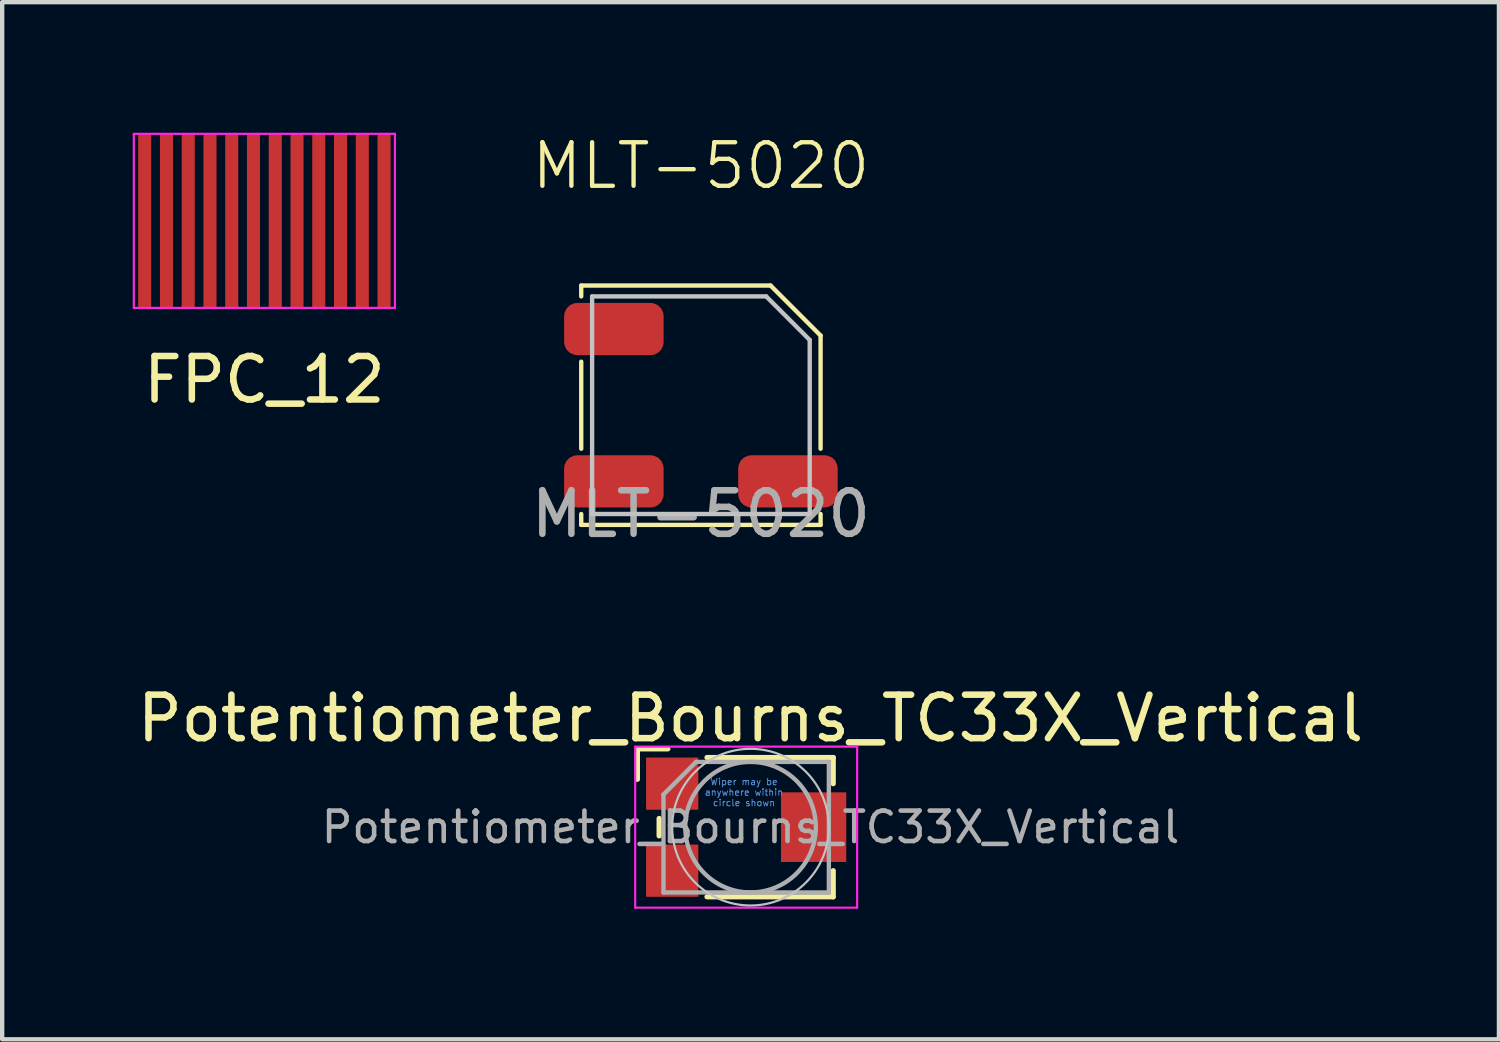
<source format=kicad_pcb>
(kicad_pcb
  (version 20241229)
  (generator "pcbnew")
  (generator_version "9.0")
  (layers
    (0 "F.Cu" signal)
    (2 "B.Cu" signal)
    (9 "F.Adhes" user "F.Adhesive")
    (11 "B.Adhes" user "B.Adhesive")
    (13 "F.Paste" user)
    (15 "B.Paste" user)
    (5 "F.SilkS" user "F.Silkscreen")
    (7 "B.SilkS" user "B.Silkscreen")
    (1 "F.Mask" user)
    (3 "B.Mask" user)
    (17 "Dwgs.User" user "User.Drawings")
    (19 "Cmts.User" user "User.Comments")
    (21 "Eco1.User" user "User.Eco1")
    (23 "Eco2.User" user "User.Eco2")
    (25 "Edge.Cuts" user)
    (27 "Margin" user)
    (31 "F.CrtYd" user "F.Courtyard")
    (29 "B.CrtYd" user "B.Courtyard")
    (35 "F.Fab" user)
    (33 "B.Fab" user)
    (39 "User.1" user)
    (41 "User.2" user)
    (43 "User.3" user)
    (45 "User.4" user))
  (footprint "MLT-5020"
    (layer "F.Cu")
    (at 13.056 6.261)
    (property "Reference" "MLT-5020" (at 0 -5.5 0) (unlocked yes) (layer "F.SilkS") (effects (font (size 1 1) (thickness 0.1))))
    (attr smd)
    (fp_line (start -2.75 -2.75) (end 1.6 -2.75) (stroke (width 0.1) (type default)) (layer "F.SilkS"))
    (fp_line (start -2.75 -2.5) (end -2.75 -2.75) (stroke (width 0.1) (type default)) (layer "F.SilkS"))
    (fp_line (start -2.75 1) (end -2.75 -1) (stroke (width 0.1) (type default)) (layer "F.SilkS"))
    (fp_line (start -2.75 2.75) (end -2.75 2.5) (stroke (width 0.1) (type default)) (layer "F.SilkS"))
    (fp_line (start 1.6 -2.75) (end 2.75 -1.6) (stroke (width 0.1) (type default)) (layer "F.SilkS"))
    (fp_line (start 2.75 -1.6) (end 2.75 1) (stroke (width 0.1) (type default)) (layer "F.SilkS"))
    (fp_line (start 2.75 2.75) (end -2.75 2.75) (stroke (width 0.1) (type default)) (layer "F.SilkS"))
    (fp_line (start 2.75 2.75) (end 2.75 2.5) (stroke (width 0.1) (type default)) (layer "F.SilkS"))
    (fp_line (start -2.5 -2.5) (end 1.5 -2.5) (stroke (width 0.1) (type default)) (layer "Dwgs.User"))
    (fp_line (start -2.5 2.5) (end -2.5 -2.5) (stroke (width 0.1) (type default)) (layer "Dwgs.User"))
    (fp_line (start 1.5 -2.5) (end 2.5 -1.5) (stroke (width 0.1) (type default)) (layer "Dwgs.User"))
    (fp_line (start 2.5 -1.5) (end 2.5 2.5) (stroke (width 0.1) (type default)) (layer "Dwgs.User"))
    (fp_line (start 2.5 2.5) (end -2.5 2.5) (stroke (width 0.1) (type default)) (layer "Dwgs.User"))
    (fp_text user "${REFERENCE}" (at 0 2.5 0) (unlocked yes) (layer "F.Fab") (effects (font (size 1 1) (thickness 0.15))))
    (pad "0" smd roundrect (at 2 1.75) (size 2.286 1.2) (layers "F.Cu" "F.Mask" "F.Paste") (roundrect_rratio 0.25))
    (pad "1" smd roundrect (at -2 -1.75) (size 2.286 1.2) (layers "F.Cu" "F.Mask" "F.Paste") (roundrect_rratio 0.25))
    (pad "2" smd roundrect (at -2 1.75) (size 2.286 1.2) (layers "F.Cu" "F.Mask" "F.Paste") (roundrect_rratio 0.25)))
  (footprint "FPC_12"
    (layer "F.Cu")
    (at 3.025 2.025)
    (property "Reference" "FPC_12" (at 0 3.65 0) (unlocked yes) (layer "F.SilkS") (effects (font (size 1 1) (thickness 0.15))))
    (attr smd)
    (fp_line (start -3 -2) (end -3 2) (stroke (width 0.05) (type default)) (layer "F.CrtYd"))
    (fp_line (start -3 -2) (end 3 -2) (stroke (width 0.05) (type default)) (layer "F.CrtYd"))
    (fp_line (start -3 2) (end 3 2) (stroke (width 0.05) (type default)) (layer "F.CrtYd"))
    (fp_line (start 3 -2) (end 3 2) (stroke (width 0.05) (type default)) (layer "F.CrtYd"))
    (pad "1" smd rect (at -2.75 0) (size 0.3 4) (layers "F.Cu" "F.Mask" "F.Paste"))
    (pad "2" smd rect (at -2.25 0) (size 0.3 4) (layers "F.Cu" "F.Mask" "F.Paste"))
    (pad "3" smd rect (at -1.75 0) (size 0.3 4) (layers "F.Cu" "F.Mask" "F.Paste"))
    (pad "4" smd rect (at -1.25 0) (size 0.3 4) (layers "F.Cu" "F.Mask" "F.Paste"))
    (pad "5" smd rect (at -0.75 0) (size 0.3 4) (layers "F.Cu" "F.Mask" "F.Paste"))
    (pad "6" smd rect (at -0.25 0) (size 0.3 4) (layers "F.Cu" "F.Mask" "F.Paste"))
    (pad "7" smd rect (at 0.25 0) (size 0.3 4) (layers "F.Cu" "F.Mask" "F.Paste"))
    (pad "8" smd rect (at 0.75 0) (size 0.3 4) (layers "F.Cu" "F.Mask" "F.Paste"))
    (pad "9" smd rect (at 1.25 0) (size 0.3 4) (layers "F.Cu" "F.Mask" "F.Paste"))
    (pad "10" smd rect (at 1.75 0) (size 0.3 4) (layers "F.Cu" "F.Mask" "F.Paste"))
    (pad "11" smd rect (at 2.25 0) (size 0.3 4) (layers "F.Cu" "F.Mask" "F.Paste"))
    (pad "12" smd rect (at 2.75 0) (size 0.3 4) (layers "F.Cu" "F.Mask" "F.Paste")))
  (footprint "Potentiometer_Bourns_TC33X_Vertical"
    (layer "F.Cu")
    (at 14.196 15.957)
    (property "Reference" "Potentiometer_Bourns_TC33X_Vertical" (at 0 -2.5 0) (layer "F.SilkS") (effects (font (size 1 1) (thickness 0.15))))
    (attr smd)
    (fp_line (start -2.6 -1.8) (end -2.6 -1.1) (stroke (width 0.12) (type solid)) (layer "F.SilkS"))
    (fp_line (start -2.1 -0.2) (end -2.1 0.2) (stroke (width 0.12) (type solid)) (layer "F.SilkS"))
    (fp_line (start -1.9 -1.8) (end -2.6 -1.8) (stroke (width 0.12) (type solid)) (layer "F.SilkS"))
    (fp_line (start -1 -1.6) (end 1.9 -1.6) (stroke (width 0.12) (type solid)) (layer "F.SilkS"))
    (fp_line (start -1 1.6) (end 1.9 1.6) (stroke (width 0.12) (type solid)) (layer "F.SilkS"))
    (fp_line (start 1.9 -1.6) (end 1.9 -1) (stroke (width 0.12) (type solid)) (layer "F.SilkS"))
    (fp_line (start 1.9 1.6) (end 1.9 1) (stroke (width 0.12) (type solid)) (layer "F.SilkS"))
    (fp_circle (center 0 0) (end 1.8 0) (stroke (width 0.05) (type solid)) (fill no) (layer "Dwgs.User"))
    (fp_line (start -2.65 -1.85) (end 2.45 -1.85) (stroke (width 0.05) (type solid)) (layer "F.CrtYd"))
    (fp_line (start -2.65 1.85) (end -2.65 -1.85) (stroke (width 0.05) (type solid)) (layer "F.CrtYd"))
    (fp_line (start 2.45 -1.85) (end 2.45 1.85) (stroke (width 0.05) (type solid)) (layer "F.CrtYd"))
    (fp_line (start 2.45 1.85) (end -2.65 1.85) (stroke (width 0.05) (type solid)) (layer "F.CrtYd"))
    (fp_line (start -2 -0.75) (end -2 1.5) (stroke (width 0.1) (type solid)) (layer "F.Fab"))
    (fp_line (start -2 1.5) (end 1.8 1.5) (stroke (width 0.1) (type solid)) (layer "F.Fab"))
    (fp_line (start -1.25 -1.5) (end -2 -0.75) (stroke (width 0.1) (type solid)) (layer "F.Fab"))
    (fp_line (start 1.8 -1.5) (end -1.25 -1.5) (stroke (width 0.1) (type solid)) (layer "F.Fab"))
    (fp_line (start 1.8 1.5) (end 1.8 -1.5) (stroke (width 0.1) (type solid)) (layer "F.Fab"))
    (fp_circle (center 0 0) (end 1.5 0) (stroke (width 0.1) (type solid)) (fill no) (layer "F.Fab"))
    (fp_text user "Wiper may be\nanywhere within\ncircle shown" (at -0.15 -0.8 0) (layer "Cmts.User") (effects (font (size 0.15 0.15) (thickness 0.02))))
    (fp_text user "${REFERENCE}" (at 0 0 0) (layer "F.Fab") (effects (font (size 0.7 0.7) (thickness 0.105))))
    (pad "1" smd rect (at -1.8 -1) (size 1.2 1.2) (layers "F.Cu" "F.Mask" "F.Paste"))
    (pad "2" smd rect (at 1.45 0) (size 1.5 1.6) (layers "F.Cu" "F.Mask" "F.Paste"))
    (pad "3" smd rect (at -1.8 1) (size 1.2 1.2) (layers "F.Cu" "F.Mask" "F.Paste")))
  (gr_rect
    (start -3 -3)
    (end 31.393 20.832)
    (stroke (width 0.1) (type default))
    (fill no)
    (layer "Edge.Cuts")))
</source>
